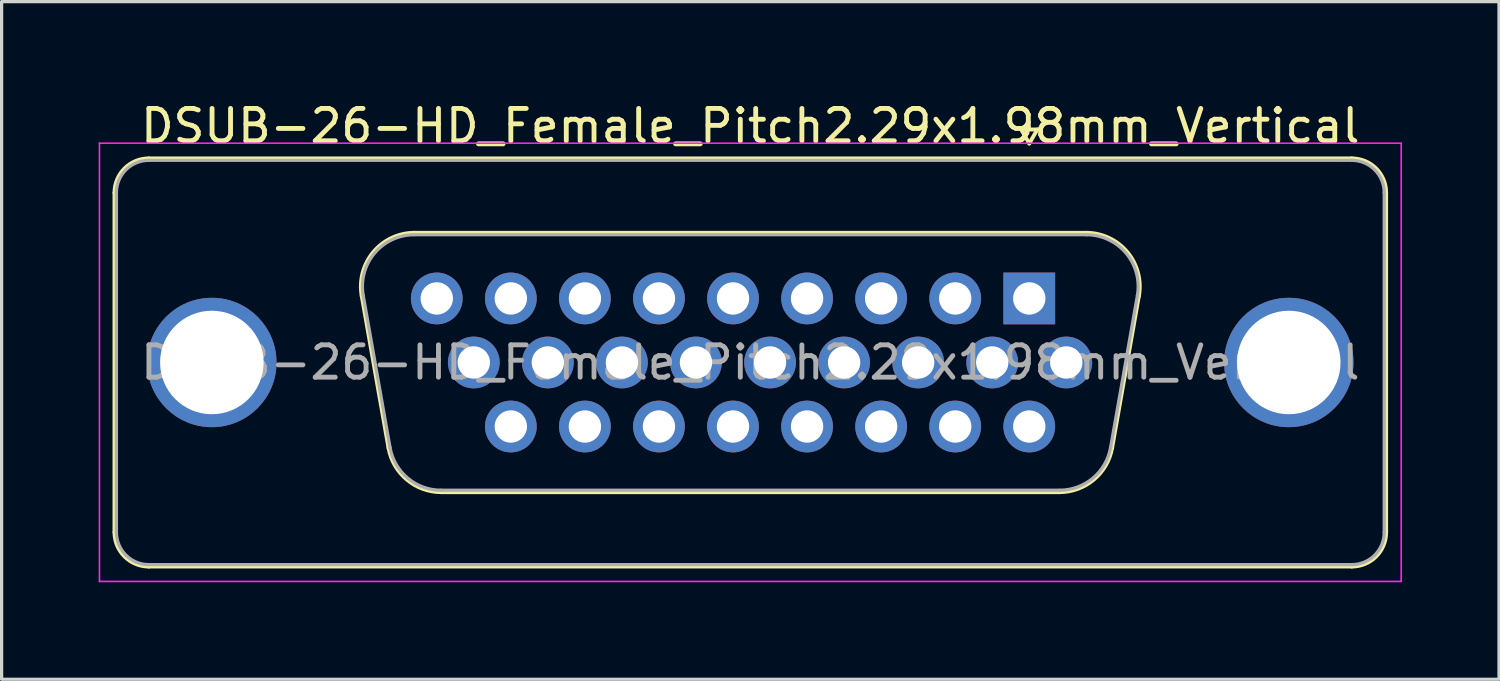
<source format=kicad_pcb>
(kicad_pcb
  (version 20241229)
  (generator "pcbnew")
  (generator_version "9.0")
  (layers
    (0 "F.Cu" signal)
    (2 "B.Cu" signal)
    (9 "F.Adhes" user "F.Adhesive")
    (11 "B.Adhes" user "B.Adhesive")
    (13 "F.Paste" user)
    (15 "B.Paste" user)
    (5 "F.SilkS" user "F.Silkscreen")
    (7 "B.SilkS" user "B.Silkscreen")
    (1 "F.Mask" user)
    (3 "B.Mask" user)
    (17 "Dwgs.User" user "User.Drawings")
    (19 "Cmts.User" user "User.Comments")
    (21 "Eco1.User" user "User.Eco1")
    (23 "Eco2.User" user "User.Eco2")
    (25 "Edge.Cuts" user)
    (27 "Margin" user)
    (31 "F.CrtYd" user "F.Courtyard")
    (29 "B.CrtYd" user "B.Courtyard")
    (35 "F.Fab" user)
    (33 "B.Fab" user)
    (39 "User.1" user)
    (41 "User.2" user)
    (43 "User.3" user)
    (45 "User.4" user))
  (footprint "DSUB-26-HD_Female_Pitch2.29x1.98mm_Vertical"
    (layer "F.Cu")
    (at 28.775 6.178)
    (property "Reference" "DSUB-26-HD_Female_Pitch2.29x1.98mm_Vertical" (at -8.625 -5.33 0) (layer "F.SilkS") (effects (font (size 1 1) (thickness 0.15))))
    (attr through_hole)
    (fp_line (start -28.285 7.23) (end -28.285 -3.27) (stroke (width 0.12) (type solid)) (layer "F.SilkS"))
    (fp_line (start -27.225 -4.33) (end 9.975 -4.33) (stroke (width 0.12) (type solid)) (layer "F.SilkS"))
    (fp_line (start -20.641 -0.082) (end -19.813 4.618) (stroke (width 0.12) (type solid)) (layer "F.SilkS"))
    (fp_line (start -19.007 -2.03) (end 1.757 -2.03) (stroke (width 0.12) (type solid)) (layer "F.SilkS"))
    (fp_line (start -18.178 5.99) (end 0.928 5.99) (stroke (width 0.12) (type solid)) (layer "F.SilkS"))
    (fp_line (start -0.25 -5.224) (end 0.25 -5.224) (stroke (width 0.12) (type solid)) (layer "F.SilkS"))
    (fp_line (start 0 -4.791) (end -0.25 -5.224) (stroke (width 0.12) (type solid)) (layer "F.SilkS"))
    (fp_line (start 0.25 -5.224) (end 0 -4.791) (stroke (width 0.12) (type solid)) (layer "F.SilkS"))
    (fp_line (start 3.391 -0.082) (end 2.563 4.618) (stroke (width 0.12) (type solid)) (layer "F.SilkS"))
    (fp_line (start 9.975 8.29) (end -27.225 8.29) (stroke (width 0.12) (type solid)) (layer "F.SilkS"))
    (fp_line (start 11.035 -3.27) (end 11.035 7.23) (stroke (width 0.12) (type solid)) (layer "F.SilkS"))
    (fp_arc (start -28.285 -3.27) (mid -27.974533 -4.019533) (end -27.225 -4.33) (stroke (width 0.12) (type solid)) (layer "F.SilkS"))
    (fp_arc (start -27.225 8.29) (mid -27.974533 7.979533) (end -28.285 7.23) (stroke (width 0.12) (type solid)) (layer "F.SilkS"))
    (fp_arc (start -20.64147 -0.081744) (mid -20.278323 -1.437028) (end -19.006689 -2.03) (stroke (width 0.12) (type solid)) (layer "F.SilkS"))
    (fp_arc (start -18.177952 5.99) (mid -19.244979 5.601634) (end -19.812733 4.618256) (stroke (width 0.12) (type solid)) (layer "F.SilkS"))
    (fp_arc (start 1.756689 -2.03) (mid 3.028323 -1.437027) (end 3.39147 -0.081744) (stroke (width 0.12) (type solid)) (layer "F.SilkS"))
    (fp_arc (start 2.562733 4.618256) (mid 1.99498 5.601634) (end 0.927952 5.99) (stroke (width 0.12) (type solid)) (layer "F.SilkS"))
    (fp_arc (start 9.975 -4.33) (mid 10.724533 -4.019533) (end 11.035 -3.27) (stroke (width 0.12) (type solid)) (layer "F.SilkS"))
    (fp_arc (start 11.035 7.23) (mid 10.724533 7.979533) (end 9.975 8.29) (stroke (width 0.12) (type solid)) (layer "F.SilkS"))
    (fp_line (start -28.75 -4.8) (end -28.75 8.75) (stroke (width 0.05) (type solid)) (layer "F.CrtYd"))
    (fp_line (start -28.75 8.75) (end 11.5 8.75) (stroke (width 0.05) (type solid)) (layer "F.CrtYd"))
    (fp_line (start 11.5 -4.8) (end -28.75 -4.8) (stroke (width 0.05) (type solid)) (layer "F.CrtYd"))
    (fp_line (start 11.5 8.75) (end 11.5 -4.8) (stroke (width 0.05) (type solid)) (layer "F.CrtYd"))
    (fp_line (start -28.225 7.23) (end -28.225 -3.27) (stroke (width 0.1) (type solid)) (layer "F.Fab"))
    (fp_line (start -27.225 -4.27) (end 9.975 -4.27) (stroke (width 0.1) (type solid)) (layer "F.Fab"))
    (fp_line (start -20.594 -0.092) (end -19.765 4.608) (stroke (width 0.1) (type solid)) (layer "F.Fab"))
    (fp_line (start -19.018 -1.97) (end 1.768 -1.97) (stroke (width 0.1) (type solid)) (layer "F.Fab"))
    (fp_line (start -18.189 5.93) (end 0.939 5.93) (stroke (width 0.1) (type solid)) (layer "F.Fab"))
    (fp_line (start 3.344 -0.092) (end 2.515 4.608) (stroke (width 0.1) (type solid)) (layer "F.Fab"))
    (fp_line (start 9.975 8.23) (end -27.225 8.23) (stroke (width 0.1) (type solid)) (layer "F.Fab"))
    (fp_line (start 10.975 -3.27) (end 10.975 7.23) (stroke (width 0.1) (type solid)) (layer "F.Fab"))
    (fp_arc (start -28.225 -3.27) (mid -27.932107 -3.977107) (end -27.225 -4.27) (stroke (width 0.1) (type solid)) (layer "F.Fab"))
    (fp_arc (start -27.225 8.23) (mid -27.932107 7.937107) (end -28.225 7.23) (stroke (width 0.1) (type solid)) (layer "F.Fab"))
    (fp_arc (start -20.593886 -0.092163) (mid -20.243865 -1.39846) (end -19.018194 -1.97) (stroke (width 0.1) (type solid)) (layer "F.Fab"))
    (fp_arc (start -18.189457 5.93) (mid -19.217917 5.555671) (end -19.765149 4.607837) (stroke (width 0.1) (type solid)) (layer "F.Fab"))
    (fp_arc (start 1.768194 -1.97) (mid 2.993865 -1.39846) (end 3.343886 -0.092163) (stroke (width 0.1) (type solid)) (layer "F.Fab"))
    (fp_arc (start 2.515149 4.607837) (mid 1.967917 5.555671) (end 0.939457 5.93) (stroke (width 0.1) (type solid)) (layer "F.Fab"))
    (fp_arc (start 9.975 -4.27) (mid 10.682107 -3.977107) (end 10.975 -3.27) (stroke (width 0.1) (type solid)) (layer "F.Fab"))
    (fp_arc (start 10.975 7.23) (mid 10.682107 7.937107) (end 9.975 8.23) (stroke (width 0.1) (type solid)) (layer "F.Fab"))
    (fp_text user "${REFERENCE}" (at -8.625 1.98 0) (layer "F.Fab") (effects (font (size 1 1) (thickness 0.15))))
    (pad "0" thru_hole circle (at -25.275 1.98) (size 4 4) (drill 3.2) (layers "*.Cu" "*.Mask"))
    (pad "0" thru_hole circle (at 8.025 1.98) (size 4 4) (drill 3.2) (layers "*.Cu" "*.Mask"))
    (pad "1" thru_hole rect (at 0 0) (size 1.6 1.6) (drill 1) (layers "*.Cu" "*.Mask"))
    (pad "2" thru_hole circle (at -2.29 0) (size 1.6 1.6) (drill 1) (layers "*.Cu" "*.Mask"))
    (pad "3" thru_hole circle (at -4.58 0) (size 1.6 1.6) (drill 1) (layers "*.Cu" "*.Mask"))
    (pad "4" thru_hole circle (at -6.87 0) (size 1.6 1.6) (drill 1) (layers "*.Cu" "*.Mask"))
    (pad "5" thru_hole circle (at -9.16 0) (size 1.6 1.6) (drill 1) (layers "*.Cu" "*.Mask"))
    (pad "6" thru_hole circle (at -11.45 0) (size 1.6 1.6) (drill 1) (layers "*.Cu" "*.Mask"))
    (pad "7" thru_hole circle (at -13.74 0) (size 1.6 1.6) (drill 1) (layers "*.Cu" "*.Mask"))
    (pad "8" thru_hole circle (at -16.03 0) (size 1.6 1.6) (drill 1) (layers "*.Cu" "*.Mask"))
    (pad "9" thru_hole circle (at -18.32 0) (size 1.6 1.6) (drill 1) (layers "*.Cu" "*.Mask"))
    (pad "10" thru_hole circle (at 1.145 1.98) (size 1.6 1.6) (drill 1) (layers "*.Cu" "*.Mask"))
    (pad "11" thru_hole circle (at -1.145 1.98) (size 1.6 1.6) (drill 1) (layers "*.Cu" "*.Mask"))
    (pad "12" thru_hole circle (at -3.435 1.98) (size 1.6 1.6) (drill 1) (layers "*.Cu" "*.Mask"))
    (pad "13" thru_hole circle (at -5.725 1.98) (size 1.6 1.6) (drill 1) (layers "*.Cu" "*.Mask"))
    (pad "14" thru_hole circle (at -8.015 1.98) (size 1.6 1.6) (drill 1) (layers "*.Cu" "*.Mask"))
    (pad "15" thru_hole circle (at -10.305 1.98) (size 1.6 1.6) (drill 1) (layers "*.Cu" "*.Mask"))
    (pad "16" thru_hole circle (at -12.595 1.98) (size 1.6 1.6) (drill 1) (layers "*.Cu" "*.Mask"))
    (pad "17" thru_hole circle (at -14.885 1.98) (size 1.6 1.6) (drill 1) (layers "*.Cu" "*.Mask"))
    (pad "18" thru_hole circle (at -17.175 1.98) (size 1.6 1.6) (drill 1) (layers "*.Cu" "*.Mask"))
    (pad "19" thru_hole circle (at 0 3.96) (size 1.6 1.6) (drill 1) (layers "*.Cu" "*.Mask"))
    (pad "20" thru_hole circle (at -2.29 3.96) (size 1.6 1.6) (drill 1) (layers "*.Cu" "*.Mask"))
    (pad "21" thru_hole circle (at -4.58 3.96) (size 1.6 1.6) (drill 1) (layers "*.Cu" "*.Mask"))
    (pad "22" thru_hole circle (at -6.87 3.96) (size 1.6 1.6) (drill 1) (layers "*.Cu" "*.Mask"))
    (pad "23" thru_hole circle (at -9.16 3.96) (size 1.6 1.6) (drill 1) (layers "*.Cu" "*.Mask"))
    (pad "24" thru_hole circle (at -11.45 3.96) (size 1.6 1.6) (drill 1) (layers "*.Cu" "*.Mask"))
    (pad "25" thru_hole circle (at -13.74 3.96) (size 1.6 1.6) (drill 1) (layers "*.Cu" "*.Mask"))
    (pad "26" thru_hole circle (at -16.03 3.96) (size 1.6 1.6) (drill 1) (layers "*.Cu" "*.Mask")))
  (gr_rect
    (start -3 -3)
    (end 43.3 17.953)
    (stroke (width 0.1) (type default))
    (fill no)
    (layer "Edge.Cuts")))
</source>
